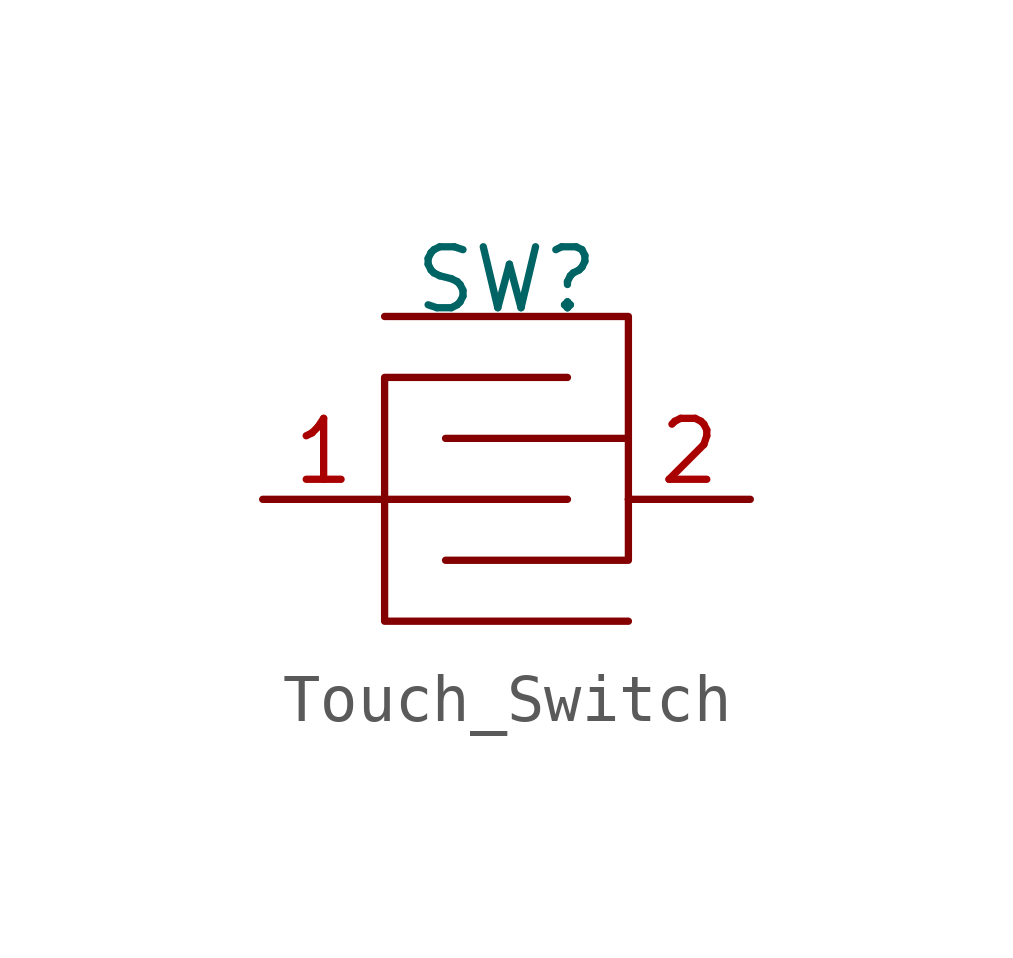
<source format=kicad_sym>
(kicad_symbol_lib
  (version 20241209)
  (generator "kicad_symbol_editor")
  (generator_version "9.0")
  (symbol "Touch_Switch"
    (pin_names
      (hide yes))
    (property "Reference" "SW"
      (at 0 4.572 0)
      (effects (font (size 1.27 1.27))))
    (property "Value" ""
      (at 0 0 0)
      (effects (font (size 1.27 1.27))))
    (symbol "Touch_Switch_0_1"
      (polyline (pts (xy -2.54 0) (xy 1.27 0)) (stroke (width 0) (type default)) (fill (type none)))
      (polyline (pts (xy -2.54 0) (xy -2.54 2.54) (xy 1.27 2.54)) (stroke (width 0) (type default)) (fill (type none)))
      (polyline (pts (xy -2.54 0) (xy -2.54 -2.54) (xy 2.54 -2.54)) (stroke (width 0) (type default)) (fill (type none)))
      (polyline (pts (xy 2.54 1.27) (xy 2.54 3.81) (xy -2.54 3.81)) (stroke (width 0) (type default)) (fill (type none)))
      (polyline (pts (xy 2.54 0) (xy 2.54 1.27) (xy -1.27 1.27)) (stroke (width 0) (type default)) (fill (type none)))
      (polyline (pts (xy 2.54 0) (xy 2.54 -1.27) (xy -1.27 -1.27)) (stroke (width 0) (type default)) (fill (type none))))
    (symbol "Touch_Switch_1_1"
      (pin passive line (at -5.08 0 0) (length 2.54) (name "A" (effects (font (size 1.27 1.27)))) (number "1" (effects (font (size 1.27 1.27)))))
      (pin passive line (at 5.08 0 180) (length 2.54) (name "B" (effects (font (size 1.27 1.27)))) (number "2" (effects (font (size 1.27 1.27))))))))
</source>
